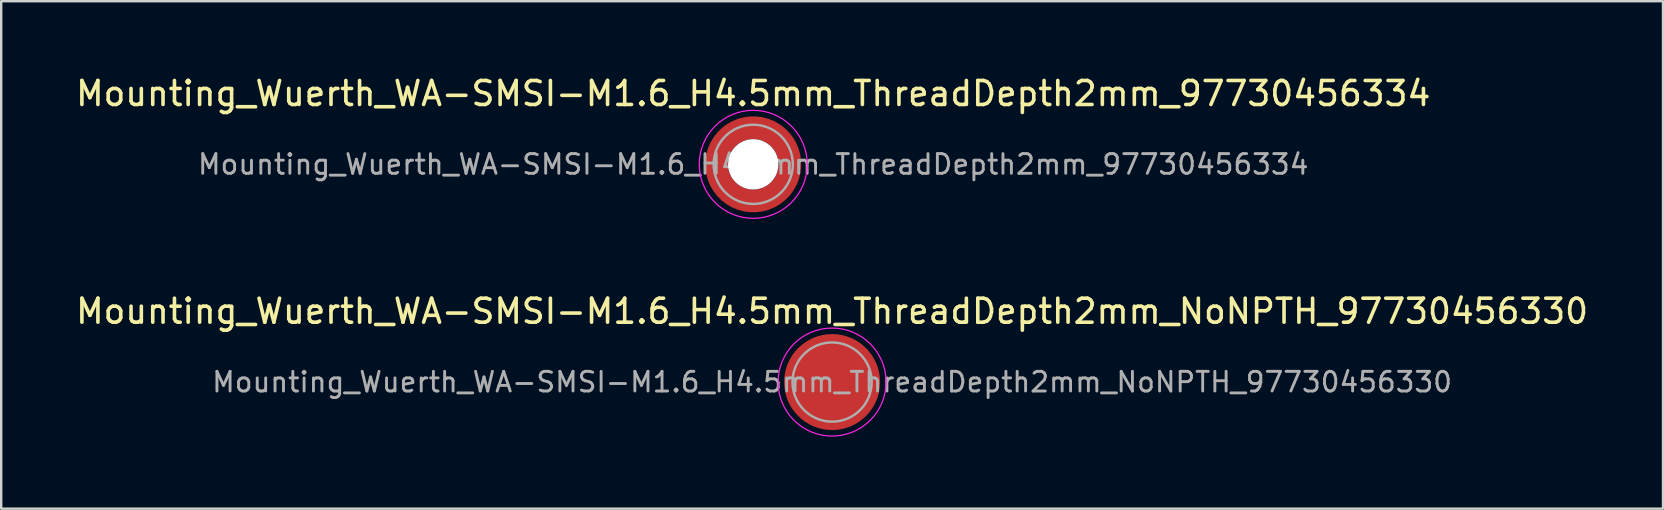
<source format=kicad_pcb>
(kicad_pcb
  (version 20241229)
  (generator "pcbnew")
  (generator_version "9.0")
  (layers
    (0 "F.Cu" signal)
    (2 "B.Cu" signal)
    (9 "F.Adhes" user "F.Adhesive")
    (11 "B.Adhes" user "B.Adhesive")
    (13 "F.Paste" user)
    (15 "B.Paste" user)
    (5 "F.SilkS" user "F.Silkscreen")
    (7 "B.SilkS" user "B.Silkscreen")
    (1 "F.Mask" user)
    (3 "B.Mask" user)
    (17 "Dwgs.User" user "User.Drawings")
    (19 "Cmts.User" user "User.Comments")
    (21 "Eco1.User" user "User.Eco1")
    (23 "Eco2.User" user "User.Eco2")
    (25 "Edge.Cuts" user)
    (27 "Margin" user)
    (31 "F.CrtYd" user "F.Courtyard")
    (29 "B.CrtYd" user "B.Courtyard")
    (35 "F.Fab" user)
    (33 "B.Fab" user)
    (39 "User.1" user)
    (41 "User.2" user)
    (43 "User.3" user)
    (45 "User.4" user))
  (footprint "Mounting_Wuerth_WA-SMSI-M1.6_H4.5mm_ThreadDepth2mm_97730456334"
    (layer "F.Cu")
    (at 28.339 3.798)
    (property "Reference" "Mounting_Wuerth_WA-SMSI-M1.6_H4.5mm_ThreadDepth2mm_97730456334" (at 0 -2.95 0) (layer "F.SilkS") (effects (font (size 1 1) (thickness 0.15))))
    (attr smd)
    (fp_circle (center 0 0) (end 2.25 0) (stroke (width 0.05) (type solid)) (fill no) (layer "F.CrtYd"))
    (fp_circle (center 0 0) (end 1.65 0) (stroke (width 0.1) (type solid)) (fill no) (layer "F.Fab"))
    (fp_text user "${REFERENCE}" (at 0 0 0) (layer "F.Fab") (effects (font (size 0.82 0.82) (thickness 0.12))))
    (pad "" smd custom (at -1.061 -1.061) (size 0.4 0.4) (layers "F.Paste") (options (anchor circle)) (primitives (gr_arc (start -0.101235 0.76066) (mid 0.211799 0.212465) (end 0.759748 -0.100999) (width 0.2)) (gr_arc (start -0.204251 0.76066) (mid 0.141299 0.141544) (end 0.760323 -0.204171) (width 0.2)) (gr_arc (start -0.306819 0.76066) (mid 0.070255 0.071167) (end 0.759401 -0.306542) (width 0.2)) (gr_arc (start -0.409034 0.76066) (mid -0.000242 0.000241) (end 0.759991 -0.408897) (width 0.2)) (gr_arc (start -0.510963 0.76066) (mid -0.071561 -0.06986) (end 0.758297 -0.51051) (width 0.2)) (gr_arc (start -0.61266 0.76066) (mid -0.142171 -0.140671) (end 0.758572 -0.612284) (width 0.2)) (gr_arc (start -0.714164 0.76066) (mid -0.212264 -0.212) (end 0.760292 -0.714102) (width 0.2)) (gr_line (start 0.761 -0.101) (end 0.761 -0.714) (width 0.2)) (gr_line (start -0.101 0.761) (end -0.714 0.761) (width 0.2))))
    (pad "" smd custom (at -1.061 1.061) (size 0.4 0.4) (layers "F.Paste") (options (anchor circle)) (primitives (gr_arc (start 0.76066 0.101235) (mid 0.212465 -0.211799) (end -0.100999 -0.759748) (width 0.2)) (gr_arc (start 0.76066 0.204251) (mid 0.141544 -0.141299) (end -0.204171 -0.760323) (width 0.2)) (gr_arc (start 0.76066 0.306819) (mid 0.071167 -0.070255) (end -0.306542 -0.759401) (width 0.2)) (gr_arc (start 0.76066 0.409034) (mid 0.000241 0.000242) (end -0.408897 -0.759991) (width 0.2)) (gr_arc (start 0.76066 0.510963) (mid -0.06986 0.071561) (end -0.51051 -0.758297) (width 0.2)) (gr_arc (start 0.76066 0.61266) (mid -0.140671 0.142171) (end -0.612284 -0.758572) (width 0.2)) (gr_arc (start 0.76066 0.714164) (mid -0.212 0.212264) (end -0.714102 -0.760292) (width 0.2)) (gr_line (start -0.101 -0.761) (end -0.714 -0.761) (width 0.2)) (gr_line (start 0.761 0.101) (end 0.761 0.714) (width 0.2))))
    (pad "" np_thru_hole circle (at 0 0) (size 2.1 2.1) (drill 2.1) (layers "*.Cu" "*.Mask"))
    (pad "" smd custom (at 1.061 -1.061) (size 0.4 0.4) (layers "F.Paste") (options (anchor circle)) (primitives (gr_arc (start -0.76066 -0.101235) (mid -0.212465 0.211799) (end 0.100999 0.759748) (width 0.2)) (gr_arc (start -0.76066 -0.204251) (mid -0.141544 0.141299) (end 0.204171 0.760323) (width 0.2)) (gr_arc (start -0.76066 -0.306819) (mid -0.071167 0.070255) (end 0.306542 0.759401) (width 0.2)) (gr_arc (start -0.76066 -0.409034) (mid -0.000241 -0.000242) (end 0.408897 0.759991) (width 0.2)) (gr_arc (start -0.76066 -0.510963) (mid 0.069859 -0.071561) (end 0.510509 0.758297) (width 0.2)) (gr_arc (start -0.76066 -0.61266) (mid 0.140671 -0.142171) (end 0.612284 0.758572) (width 0.2)) (gr_arc (start -0.76066 -0.714164) (mid 0.212 -0.212264) (end 0.714102 0.760292) (width 0.2)) (gr_line (start 0.101 0.761) (end 0.714 0.761) (width 0.2)) (gr_line (start -0.761 -0.101) (end -0.761 -0.714) (width 0.2))))
    (pad "" smd custom (at 1.061 1.061) (size 0.4 0.4) (layers "F.Paste") (options (anchor circle)) (primitives (gr_arc (start 0.101235 -0.76066) (mid -0.211799 -0.212465) (end -0.759748 0.100999) (width 0.2)) (gr_arc (start 0.204251 -0.76066) (mid -0.141299 -0.141544) (end -0.760323 0.204171) (width 0.2)) (gr_arc (start 0.306819 -0.76066) (mid -0.070255 -0.071167) (end -0.759401 0.306542) (width 0.2)) (gr_arc (start 0.409034 -0.76066) (mid 0.000242 -0.000241) (end -0.759991 0.408897) (width 0.2)) (gr_arc (start 0.510963 -0.76066) (mid 0.071561 0.069859) (end -0.758297 0.510509) (width 0.2)) (gr_arc (start 0.61266 -0.76066) (mid 0.142171 0.140671) (end -0.758572 0.612284) (width 0.2)) (gr_arc (start 0.714164 -0.76066) (mid 0.212264 0.212) (end -0.760292 0.714102) (width 0.2)) (gr_line (start -0.761 0.101) (end -0.761 0.714) (width 0.2)) (gr_line (start 0.101 -0.761) (end 0.714 -0.761) (width 0.2))))
    (pad "1" smd circle (at -1.525 0) (size 0.55 0.55) (layers "F.Cu"))
    (pad "1" smd circle (at 0 -1.525) (size 0.55 0.55) (layers "F.Cu"))
    (pad "1" smd circle (at 0 1.525) (size 0.55 0.55) (layers "F.Cu"))
    (pad "1" smd custom (at 1.525 0) (size 0.55 0.55) (layers "F.Cu" "F.Mask") (options (anchor circle)) (primitives (gr_circle (center -1.525 0) (end 0 0) (width 0.95) (fill no)))))
  (footprint "Mounting_Wuerth_WA-SMSI-M1.6_H4.5mm_ThreadDepth2mm_NoNPTH_97730456330"
    (layer "F.Cu")
    (at 31.625 12.871)
    (property "Reference" "Mounting_Wuerth_WA-SMSI-M1.6_H4.5mm_ThreadDepth2mm_NoNPTH_97730456330" (at 0 -2.95 0) (layer "F.SilkS") (effects (font (size 1 1) (thickness 0.15))))
    (attr smd)
    (fp_circle (center 0 0) (end 2.25 0) (stroke (width 0.05) (type solid)) (fill no) (layer "F.CrtYd"))
    (fp_circle (center 0 0) (end 1.65 0) (stroke (width 0.1) (type solid)) (fill no) (layer "F.Fab"))
    (fp_text user "${REFERENCE}" (at 0 0 0) (layer "F.Fab") (effects (font (size 0.82 0.82) (thickness 0.12))))
    (pad "" smd custom (at -0.778 -0.778) (size 1.2 1.2) (layers "F.Paste") (options (anchor circle)) (primitives (gr_arc (start 0.465568 0.527817) (mid 0.494892 0.495068) (end 0.527634 0.465735) (width 0.2)) (gr_arc (start 0.344805 0.527817) (mid 0.424264 0.424263) (end 0.527818 0.344805) (width 0.2)) (gr_arc (start 0.232382 0.527817) (mid 0.353364 0.353743) (end 0.527329 0.232606) (width 0.2)) (gr_arc (start 0.123983 0.527817) (mid 0.282626 0.28306) (end 0.527243 0.124203) (width 0.2)) (gr_arc (start 0.017883 0.527817) (mid 0.211737 0.212528) (end 0.526755 0.018233) (width 0.2)) (gr_arc (start -0.086763 0.527817) (mid 0.141173 0.14167) (end 0.527142 -0.086568) (width 0.2)) (gr_arc (start -0.190428 0.527817) (mid 0.070433 0.070988) (end 0.527057 -0.190232) (width 0.2)) (gr_arc (start -0.293397 0.527817) (mid -0.000182 0.000182) (end 0.527315 -0.29328) (width 0.2)) (gr_arc (start -0.395852 0.527817) (mid -0.071085 -0.070336) (end 0.526781 -0.395631) (width 0.2)) (gr_arc (start -0.497918 0.527817) (mid -0.141622 -0.141221) (end 0.52726 -0.497809) (width 0.2)) (gr_arc (start -0.59968 0.527817) (mid -0.212364 -0.2119) (end 0.527171 -0.599563) (width 0.2)) (gr_arc (start -0.701202 0.527817) (mid -0.282952 -0.282732) (end 0.527511 -0.701149) (width 0.2)) (gr_arc (start -0.802531 0.527817) (mid -0.353765 -0.353343) (end 0.527227 -0.802438) (width 0.2)) (gr_arc (start -0.9037 0.527817) (mid -0.425176 -0.423352) (end 0.525265 -0.903319) (width 0.2)) (gr_arc (start -1.004737 0.527817) (mid -0.49534 -0.49461) (end 0.526794 -1.004593) (width 0.2)) (gr_line (start 0.528 0.466) (end 0.528 -1.005) (width 0.2)) (gr_line (start 0.466 0.528) (end -1.005 0.528) (width 0.2))))
    (pad "" smd custom (at -0.778 0.778) (size 1.2 1.2) (layers "F.Paste") (options (anchor circle)) (primitives (gr_arc (start 0.527817 -0.465568) (mid 0.495068 -0.494892) (end 0.465735 -0.527634) (width 0.2)) (gr_arc (start 0.527817 -0.344805) (mid 0.424263 -0.424264) (end 0.344805 -0.527818) (width 0.2)) (gr_arc (start 0.527817 -0.232382) (mid 0.353743 -0.353364) (end 0.232606 -0.527329) (width 0.2)) (gr_arc (start 0.527817 -0.123983) (mid 0.28306 -0.282626) (end 0.124203 -0.527243) (width 0.2)) (gr_arc (start 0.527817 -0.017883) (mid 0.212528 -0.211737) (end 0.018233 -0.526755) (width 0.2)) (gr_arc (start 0.527817 0.086763) (mid 0.14167 -0.141173) (end -0.086568 -0.527142) (width 0.2)) (gr_arc (start 0.527817 0.190428) (mid 0.070988 -0.070433) (end -0.190232 -0.527057) (width 0.2)) (gr_arc (start 0.527817 0.293397) (mid 0.000182 0.000182) (end -0.29328 -0.527315) (width 0.2)) (gr_arc (start 0.527817 0.395852) (mid -0.070336 0.071085) (end -0.395631 -0.526781) (width 0.2)) (gr_arc (start 0.527817 0.497918) (mid -0.141221 0.141622) (end -0.497809 -0.52726) (width 0.2)) (gr_arc (start 0.527817 0.59968) (mid -0.2119 0.212364) (end -0.599563 -0.527171) (width 0.2)) (gr_arc (start 0.527817 0.701202) (mid -0.282732 0.282952) (end -0.701149 -0.527511) (width 0.2)) (gr_arc (start 0.527817 0.802531) (mid -0.353343 0.353765) (end -0.802438 -0.527227) (width 0.2)) (gr_arc (start 0.527817 0.9037) (mid -0.423352 0.425176) (end -0.903319 -0.525265) (width 0.2)) (gr_arc (start 0.527817 1.004737) (mid -0.49461 0.49534) (end -1.004593 -0.526794) (width 0.2)) (gr_line (start 0.466 -0.528) (end -1.005 -0.528) (width 0.2)) (gr_line (start 0.528 -0.466) (end 0.528 1.005) (width 0.2))))
    (pad "" smd custom (at 0.778 -0.778) (size 1.2 1.2) (layers "F.Paste") (options (anchor circle)) (primitives (gr_arc (start -0.527817 0.465568) (mid -0.495062 0.494887) (end -0.465723 0.527624) (width 0.2)) (gr_arc (start -0.527817 0.344805) (mid -0.424264 0.424264) (end -0.344805 0.527818) (width 0.2)) (gr_arc (start -0.527817 0.232382) (mid -0.353743 0.353364) (end -0.232606 0.527329) (width 0.2)) (gr_arc (start -0.527817 0.123983) (mid -0.28306 0.282626) (end -0.124203 0.527243) (width 0.2)) (gr_arc (start -0.527817 0.017883) (mid -0.212527 0.211737) (end -0.018233 0.526755) (width 0.2)) (gr_arc (start -0.527817 -0.086763) (mid -0.14167 0.141173) (end 0.086568 0.527142) (width 0.2)) (gr_arc (start -0.527817 -0.190428) (mid -0.070988 0.070433) (end 0.190232 0.527057) (width 0.2)) (gr_arc (start -0.527817 -0.293397) (mid -0.000182 -0.000182) (end 0.29328 0.527315) (width 0.2)) (gr_arc (start -0.527817 -0.395852) (mid 0.070336 -0.071085) (end 0.395631 0.526781) (width 0.2)) (gr_arc (start -0.527817 -0.497918) (mid 0.141221 -0.141622) (end 0.497809 0.52726) (width 0.2)) (gr_arc (start -0.527817 -0.59968) (mid 0.2119 -0.212364) (end 0.599563 0.527171) (width 0.2)) (gr_arc (start -0.527817 -0.701202) (mid 0.282732 -0.282952) (end 0.701149 0.527511) (width 0.2)) (gr_arc (start -0.527817 -0.802531) (mid 0.353343 -0.353765) (end 0.802438 0.527227) (width 0.2)) (gr_arc (start -0.527817 -0.9037) (mid 0.423352 -0.425176) (end 0.903319 0.525265) (width 0.2)) (gr_arc (start -0.527817 -1.004737) (mid 0.49461 -0.49534) (end 1.004593 0.526794) (width 0.2)) (gr_line (start -0.466 0.528) (end 1.005 0.528) (width 0.2)) (gr_line (start -0.528 0.466) (end -0.528 -1.005) (width 0.2))))
    (pad "" smd custom (at 0.778 0.778) (size 1.2 1.2) (layers "F.Paste") (options (anchor circle)) (primitives (gr_arc (start -0.465568 -0.527817) (mid -0.494887 -0.495062) (end -0.527624 -0.465723) (width 0.2)) (gr_arc (start -0.344805 -0.527817) (mid -0.424264 -0.424264) (end -0.527818 -0.344805) (width 0.2)) (gr_arc (start -0.232382 -0.527817) (mid -0.353364 -0.353743) (end -0.527329 -0.232606) (width 0.2)) (gr_arc (start -0.123983 -0.527817) (mid -0.282626 -0.28306) (end -0.527243 -0.124203) (width 0.2)) (gr_arc (start -0.017883 -0.527817) (mid -0.211737 -0.212527) (end -0.526755 -0.018233) (width 0.2)) (gr_arc (start 0.086763 -0.527817) (mid -0.141173 -0.14167) (end -0.527142 0.086568) (width 0.2)) (gr_arc (start 0.190428 -0.527817) (mid -0.070433 -0.070988) (end -0.527057 0.190232) (width 0.2)) (gr_arc (start 0.293397 -0.527817) (mid 0.000182 -0.000182) (end -0.527315 0.29328) (width 0.2)) (gr_arc (start 0.395852 -0.527817) (mid 0.071085 0.070336) (end -0.526781 0.395631) (width 0.2)) (gr_arc (start 0.497918 -0.527817) (mid 0.141622 0.141221) (end -0.52726 0.497809) (width 0.2)) (gr_arc (start 0.59968 -0.527817) (mid 0.212364 0.2119) (end -0.527171 0.599563) (width 0.2)) (gr_arc (start 0.701202 -0.527817) (mid 0.282952 0.282732) (end -0.527511 0.701149) (width 0.2)) (gr_arc (start 0.802531 -0.527817) (mid 0.353765 0.353343) (end -0.527227 0.802438) (width 0.2)) (gr_arc (start 0.9037 -0.527817) (mid 0.425176 0.423352) (end -0.525265 0.903319) (width 0.2)) (gr_arc (start 1.004737 -0.527817) (mid 0.49534 0.49461) (end -0.526794 1.004593) (width 0.2)) (gr_line (start -0.528 -0.466) (end -0.528 1.005) (width 0.2)) (gr_line (start -0.466 -0.528) (end 1.005 -0.528) (width 0.2))))
    (pad "1" smd circle (at 0 0) (size 4 4) (layers "F.Cu" "F.Mask")))
  (gr_rect
    (start -3 -3)
    (end 66.25 18.146)
    (stroke (width 0.1) (type default))
    (fill no)
    (layer "Edge.Cuts")))
</source>
